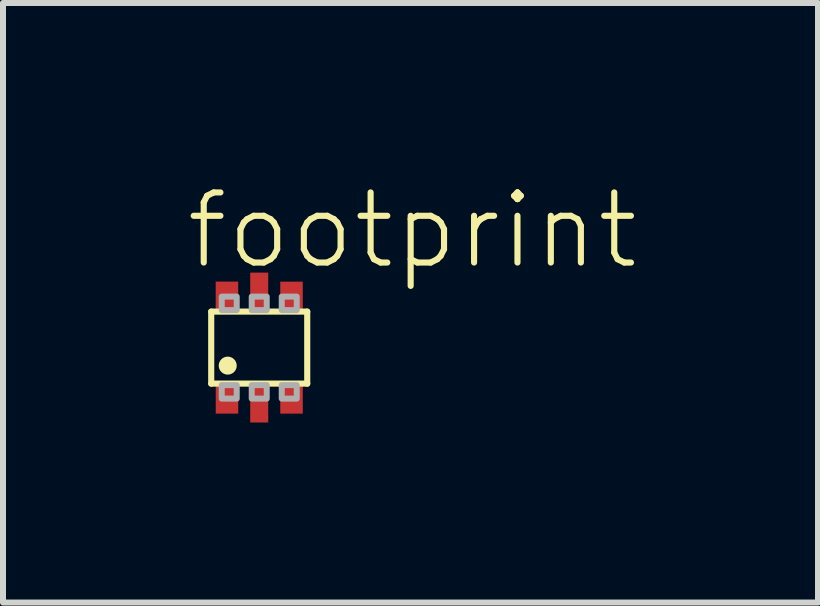
<source format=kicad_pcb>
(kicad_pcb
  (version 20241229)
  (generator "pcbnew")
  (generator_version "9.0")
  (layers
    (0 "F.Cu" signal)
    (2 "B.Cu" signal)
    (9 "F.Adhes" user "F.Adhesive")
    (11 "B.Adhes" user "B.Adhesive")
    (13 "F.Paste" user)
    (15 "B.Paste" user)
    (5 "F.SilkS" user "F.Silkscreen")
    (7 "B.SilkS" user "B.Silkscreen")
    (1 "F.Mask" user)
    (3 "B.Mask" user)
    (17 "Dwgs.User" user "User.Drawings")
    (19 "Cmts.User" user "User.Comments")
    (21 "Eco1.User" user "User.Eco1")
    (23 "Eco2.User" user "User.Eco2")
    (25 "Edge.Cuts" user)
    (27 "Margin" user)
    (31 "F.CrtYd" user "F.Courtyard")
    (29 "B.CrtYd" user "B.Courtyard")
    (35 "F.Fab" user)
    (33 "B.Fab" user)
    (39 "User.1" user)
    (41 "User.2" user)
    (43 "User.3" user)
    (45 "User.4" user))
  (footprint "footprint"
    (layer "F.Cu")
    (at 1.27 2.743)
    (property "Reference" "footprint" (at -1.27 -1.27 0) (layer "F.SilkS") (effects (font (size 1.168 1.168) (thickness 0.102)) (justify left bottom)))
    (fp_line (start -0.8 -0.6) (end -0.8 0.6) (stroke (width 0.102) (type solid)) (layer "F.SilkS"))
    (fp_line (start -0.8 0.6) (end 0.8 0.6) (stroke (width 0.102) (type solid)) (layer "F.SilkS"))
    (fp_line (start 0.8 -0.6) (end -0.8 -0.6) (stroke (width 0.102) (type solid)) (layer "F.SilkS"))
    (fp_line (start 0.8 0.6) (end 0.8 -0.6) (stroke (width 0.102) (type solid)) (layer "F.SilkS"))
    (fp_circle (center -0.525 0.3) (end -0.45 0.3) (stroke (width 0.15) (type solid)) (fill yes) (layer "F.SilkS"))
    (fp_poly (pts (xy -0.625 -0.85) (xy -0.625 -0.625) (xy -0.375 -0.625) (xy -0.375 -0.85)) (stroke (width 0.1) (type solid)) (fill no) (layer "F.Fab"))
    (fp_poly (pts (xy -0.375 0.85) (xy -0.375 0.625) (xy -0.625 0.625) (xy -0.625 0.85)) (stroke (width 0.1) (type solid)) (fill no) (layer "F.Fab"))
    (fp_poly (pts (xy -0.125 -0.85) (xy -0.125 -0.625) (xy 0.125 -0.625) (xy 0.125 -0.85)) (stroke (width 0.1) (type solid)) (fill no) (layer "F.Fab"))
    (fp_poly (pts (xy 0.125 0.85) (xy 0.125 0.625) (xy -0.125 0.625) (xy -0.125 0.85)) (stroke (width 0.1) (type solid)) (fill no) (layer "F.Fab"))
    (fp_poly (pts (xy 0.375 -0.85) (xy 0.375 -0.625) (xy 0.625 -0.625) (xy 0.625 -0.85)) (stroke (width 0.1) (type solid)) (fill no) (layer "F.Fab"))
    (fp_poly (pts (xy 0.625 0.85) (xy 0.625 0.625) (xy 0.375 0.625) (xy 0.375 0.85)) (stroke (width 0.1) (type solid)) (fill no) (layer "F.Fab"))
    (pad "1" smd rect (at -0.537 0.85 90) (size 0.5 0.375) (layers "F.Cu" "F.Mask" "F.Paste"))
    (pad "2" smd rect (at 0 0.923 90) (size 0.65 0.3) (layers "F.Cu" "F.Mask" "F.Paste"))
    (pad "3" smd rect (at 0.538 0.85 90) (size 0.5 0.375) (layers "F.Cu" "F.Mask" "F.Paste"))
    (pad "4" smd rect (at 0.538 -0.849 90) (size 0.5 0.375) (layers "F.Cu" "F.Mask" "F.Paste"))
    (pad "5" smd rect (at 0 -0.925 90) (size 0.65 0.3) (layers "F.Cu" "F.Mask" "F.Paste"))
    (pad "6" smd rect (at -0.538 -0.85 90) (size 0.5 0.375) (layers "F.Cu" "F.Mask" "F.Paste")))
  (gr_rect
    (start -3 -3)
    (end 10.582 6.991)
    (stroke (width 0.1) (type default))
    (fill no)
    (layer "Edge.Cuts")))
</source>
